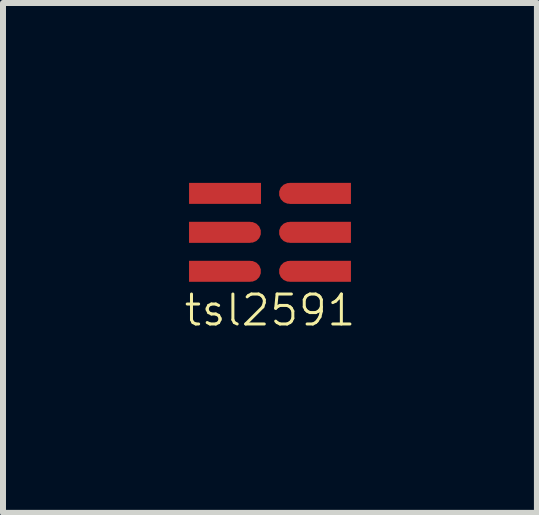
<source format=kicad_pcb>
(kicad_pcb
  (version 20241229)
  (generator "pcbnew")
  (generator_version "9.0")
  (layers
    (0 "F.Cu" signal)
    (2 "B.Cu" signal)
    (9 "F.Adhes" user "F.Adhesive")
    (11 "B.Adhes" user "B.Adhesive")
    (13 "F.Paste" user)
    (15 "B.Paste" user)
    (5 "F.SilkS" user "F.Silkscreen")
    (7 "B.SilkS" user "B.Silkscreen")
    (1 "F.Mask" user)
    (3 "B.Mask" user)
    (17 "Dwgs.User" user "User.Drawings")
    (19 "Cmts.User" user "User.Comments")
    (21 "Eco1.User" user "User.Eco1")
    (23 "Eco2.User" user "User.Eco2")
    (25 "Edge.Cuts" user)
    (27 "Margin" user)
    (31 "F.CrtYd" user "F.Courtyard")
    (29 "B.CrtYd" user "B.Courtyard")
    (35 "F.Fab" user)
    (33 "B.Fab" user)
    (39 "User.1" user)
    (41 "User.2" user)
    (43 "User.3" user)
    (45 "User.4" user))
  (footprint "tsl2591"
    (layer "F.Cu")
    (at 1.454 0.826)
    (property "Reference" "tsl2591" (at 0 1.3 0) (layer "F.SilkS") (effects (font (size 0.5 0.5) (thickness 0.05))))
    (attr through_hole)
    (pad "1" smd custom (at -0.325 -0.65) (size 0.35 0.35) (layers "F.Cu" "F.Mask" "F.Paste") (options (anchor circle)) (primitives (gr_poly (pts (xy 0.175 0.175) (xy -1.025 0.175) (xy -1.025 -0.175) (xy 0.175 -0.175)) (width 0) (fill yes))))
    (pad "2" smd custom (at -0.325 0) (size 0.35 0.35) (layers "F.Cu" "F.Mask" "F.Paste") (options (anchor circle)) (primitives (gr_poly (pts (xy 0 0.175) (xy -1.025 0.175) (xy -1.025 -0.175) (xy 0 -0.175)) (width 0.001) (fill yes))))
    (pad "3" smd custom (at -0.325 0.65) (size 0.35 0.35) (layers "F.Cu" "F.Mask" "F.Paste") (options (anchor circle)) (primitives (gr_poly (pts (xy 0 0.175) (xy -1.025 0.175) (xy -1.025 -0.175) (xy 0 -0.175)) (width 0.001) (fill yes))))
    (pad "4" smd custom (at 0.325 -0.65 180) (size 0.35 0.35) (layers "F.Cu" "F.Mask" "F.Paste") (options (anchor circle)) (primitives (gr_poly (pts (xy 0 0.175) (xy -1.025 0.175) (xy -1.025 -0.175) (xy 0 -0.175)) (width 0.001) (fill yes))))
    (pad "5" smd custom (at 0.325 0 180) (size 0.35 0.35) (layers "F.Cu" "F.Mask" "F.Paste") (options (anchor circle)) (primitives (gr_poly (pts (xy 0 0.175) (xy -1.025 0.175) (xy -1.025 -0.175) (xy 0 -0.175)) (width 0.001) (fill yes))))
    (pad "6" smd custom (at 0.325 0.65 180) (size 0.35 0.35) (layers "F.Cu" "F.Mask" "F.Paste") (options (anchor circle)) (primitives (gr_poly (pts (xy 0 0.175) (xy -1.025 0.175) (xy -1.025 -0.175) (xy 0 -0.175)) (width 0.001) (fill yes)))))
  (gr_rect
    (start -3 -3)
    (end 5.907 5.506)
    (stroke (width 0.1) (type default))
    (fill no)
    (layer "Edge.Cuts")))
</source>
